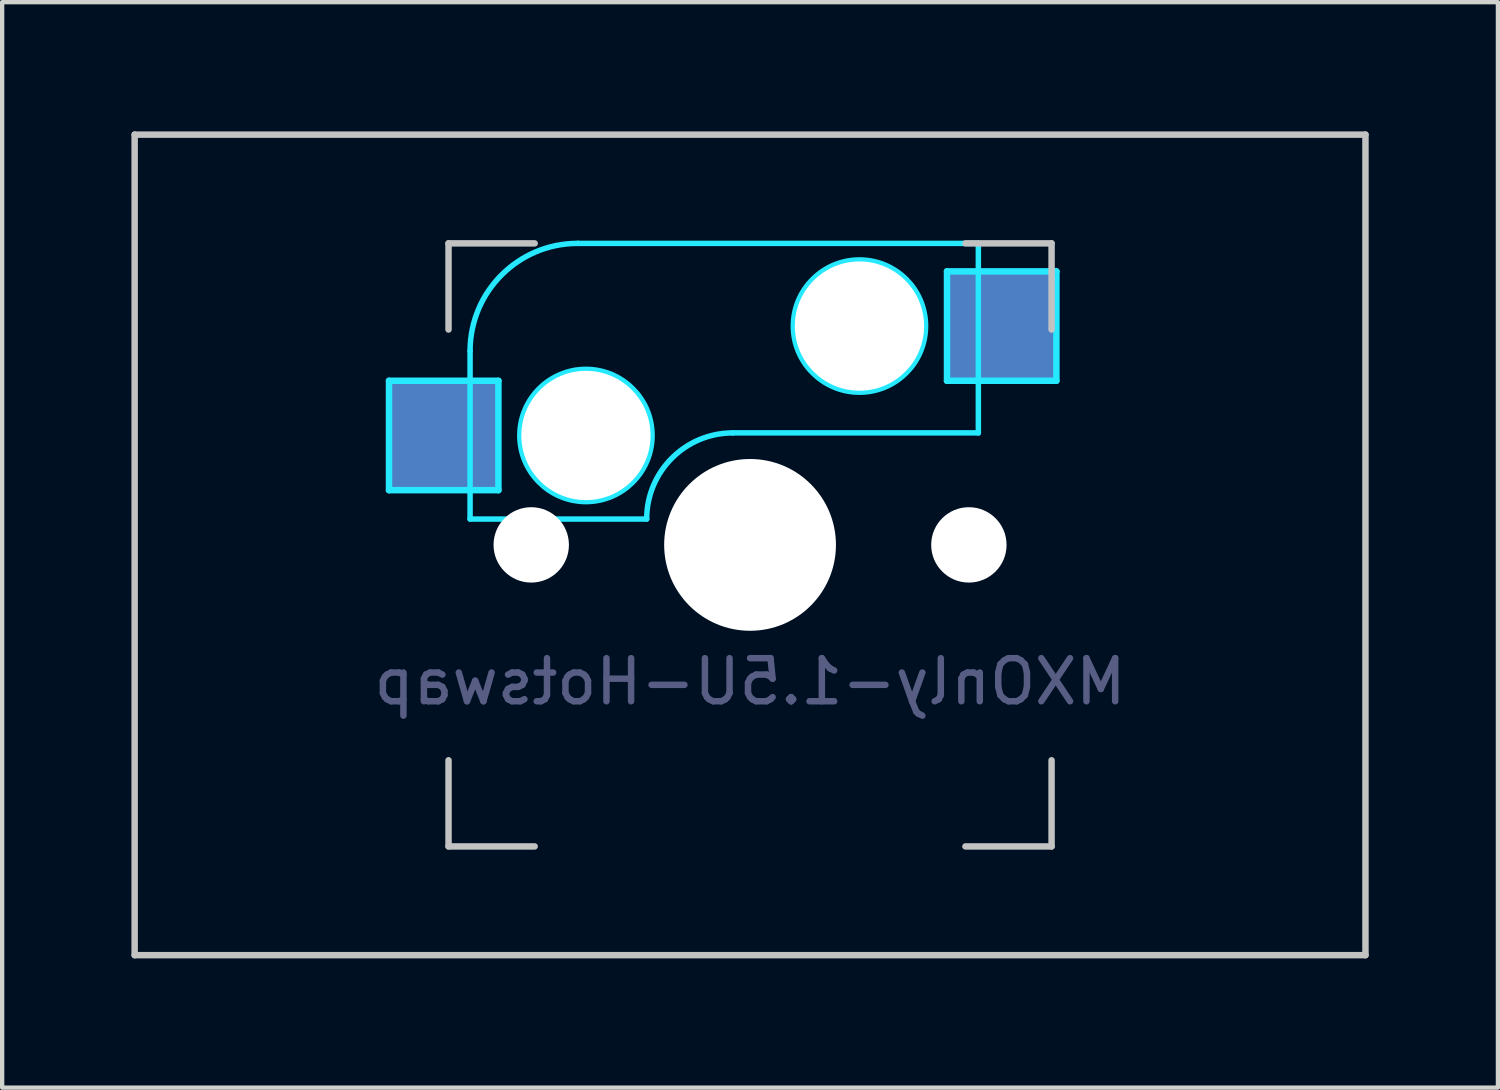
<source format=kicad_pcb>
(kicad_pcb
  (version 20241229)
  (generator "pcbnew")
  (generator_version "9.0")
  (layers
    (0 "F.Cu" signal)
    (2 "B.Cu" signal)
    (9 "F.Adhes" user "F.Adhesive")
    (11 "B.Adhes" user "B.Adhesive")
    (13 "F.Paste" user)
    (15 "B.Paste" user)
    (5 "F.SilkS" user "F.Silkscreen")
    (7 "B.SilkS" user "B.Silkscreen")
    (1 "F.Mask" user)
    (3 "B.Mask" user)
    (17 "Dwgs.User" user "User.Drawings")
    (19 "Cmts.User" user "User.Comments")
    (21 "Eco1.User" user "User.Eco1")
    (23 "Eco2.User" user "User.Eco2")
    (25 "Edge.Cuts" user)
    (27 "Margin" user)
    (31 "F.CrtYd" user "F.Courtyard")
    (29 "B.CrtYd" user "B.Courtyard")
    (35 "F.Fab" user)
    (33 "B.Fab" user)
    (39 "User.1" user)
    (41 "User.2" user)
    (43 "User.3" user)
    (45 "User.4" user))
  (footprint "MXOnly-1.5U-Hotswap"
    (layer "F.Cu")
    (at 14.363 9.6)
    (property "Reference" "MXOnly-1.5U-Hotswap" (at 0 3.175 0) (layer "B.Fab") (effects (font (size 1 1) (thickness 0.15)) (justify mirror)))
    (attr smd)
    (fp_line (start -14.287 -9.525) (end 14.287 -9.525) (stroke (width 0.15) (type solid)) (layer "Dwgs.User"))
    (fp_line (start -14.287 9.525) (end -14.287 -9.525) (stroke (width 0.15) (type solid)) (layer "Dwgs.User"))
    (fp_line (start -7 -7) (end -7 -5) (stroke (width 0.15) (type solid)) (layer "Dwgs.User"))
    (fp_line (start -7 5) (end -7 7) (stroke (width 0.15) (type solid)) (layer "Dwgs.User"))
    (fp_line (start -7 7) (end -5 7) (stroke (width 0.15) (type solid)) (layer "Dwgs.User"))
    (fp_line (start -5 -7) (end -7 -7) (stroke (width 0.15) (type solid)) (layer "Dwgs.User"))
    (fp_line (start 5 -7) (end 7 -7) (stroke (width 0.15) (type solid)) (layer "Dwgs.User"))
    (fp_line (start 5 7) (end 7 7) (stroke (width 0.15) (type solid)) (layer "Dwgs.User"))
    (fp_line (start 7 -7) (end 7 -5) (stroke (width 0.15) (type solid)) (layer "Dwgs.User"))
    (fp_line (start 7 7) (end 7 5) (stroke (width 0.15) (type solid)) (layer "Dwgs.User"))
    (fp_line (start 14.287 -9.525) (end 14.287 9.525) (stroke (width 0.15) (type solid)) (layer "Dwgs.User"))
    (fp_line (start 14.287 9.525) (end -14.287 9.525) (stroke (width 0.15) (type solid)) (layer "Dwgs.User"))
    (fp_line (start -8.382 -3.81) (end -5.842 -3.81) (stroke (width 0.15) (type solid)) (layer "B.CrtYd"))
    (fp_line (start -8.382 -1.27) (end -8.382 -3.81) (stroke (width 0.15) (type solid)) (layer "B.CrtYd"))
    (fp_line (start -6.5 -4.5) (end -6.5 -0.6) (stroke (width 0.127) (type solid)) (layer "B.CrtYd"))
    (fp_line (start -6.5 -0.6) (end -2.4 -0.6) (stroke (width 0.127) (type solid)) (layer "B.CrtYd"))
    (fp_line (start -5.842 -3.81) (end -5.842 -1.27) (stroke (width 0.15) (type solid)) (layer "B.CrtYd"))
    (fp_line (start -5.842 -1.27) (end -8.382 -1.27) (stroke (width 0.15) (type solid)) (layer "B.CrtYd"))
    (fp_line (start -0.4 -2.6) (end 5.3 -2.6) (stroke (width 0.127) (type solid)) (layer "B.CrtYd"))
    (fp_line (start 4.572 -6.35) (end 7.112 -6.35) (stroke (width 0.15) (type solid)) (layer "B.CrtYd"))
    (fp_line (start 4.572 -3.81) (end 4.572 -6.35) (stroke (width 0.15) (type solid)) (layer "B.CrtYd"))
    (fp_line (start 5.3 -7) (end -4 -7) (stroke (width 0.127) (type solid)) (layer "B.CrtYd"))
    (fp_line (start 5.3 -7) (end 5.3 -2.6) (stroke (width 0.127) (type solid)) (layer "B.CrtYd"))
    (fp_line (start 7.112 -6.35) (end 7.112 -3.81) (stroke (width 0.15) (type solid)) (layer "B.CrtYd"))
    (fp_line (start 7.112 -3.81) (end 4.572 -3.81) (stroke (width 0.15) (type solid)) (layer "B.CrtYd"))
    (fp_arc (start -6.5 -4.5) (mid -5.767767 -6.267767) (end -4 -7) (stroke (width 0.127) (type solid)) (layer "B.CrtYd"))
    (fp_arc (start -2.4 -0.6) (mid -1.814214 -2.014214) (end -0.4 -2.6) (stroke (width 0.127) (type solid)) (layer "B.CrtYd"))
    (fp_circle (center -3.81 -2.54) (end -3.81 -4.064) (stroke (width 0.15) (type solid)) (fill no) (layer "B.CrtYd"))
    (fp_circle (center 2.54 -5.08) (end 2.54 -6.604) (stroke (width 0.15) (type solid)) (fill no) (layer "B.CrtYd"))
    (pad "" np_thru_hole circle (at -5.08 0 48.1) (size 1.75 1.75) (drill 1.75) (layers "*.Cu" "*.Mask"))
    (pad "" np_thru_hole circle (at -3.81 -2.54) (size 3 3) (drill 3) (layers "*.Cu" "*.Mask"))
    (pad "" np_thru_hole circle (at 0 0) (size 3.988 3.988) (drill 3.988) (layers "*.Cu" "*.Mask"))
    (pad "" np_thru_hole circle (at 2.54 -5.08) (size 3 3) (drill 3) (layers "*.Cu" "*.Mask"))
    (pad "" np_thru_hole circle (at 5.08 0 48.1) (size 1.75 1.75) (drill 1.75) (layers "*.Cu" "*.Mask"))
    (pad "1" smd rect (at -7.085 -2.54) (size 2.55 2.5) (layers "B.Cu" "B.Mask" "B.Paste"))
    (pad "2" smd rect (at 5.842 -5.08) (size 2.55 2.5) (layers "B.Cu" "B.Mask" "B.Paste")))
  (gr_rect
    (start -3 -3)
    (end 31.725 22.2)
    (stroke (width 0.1) (type default))
    (fill no)
    (layer "Edge.Cuts")))
</source>
